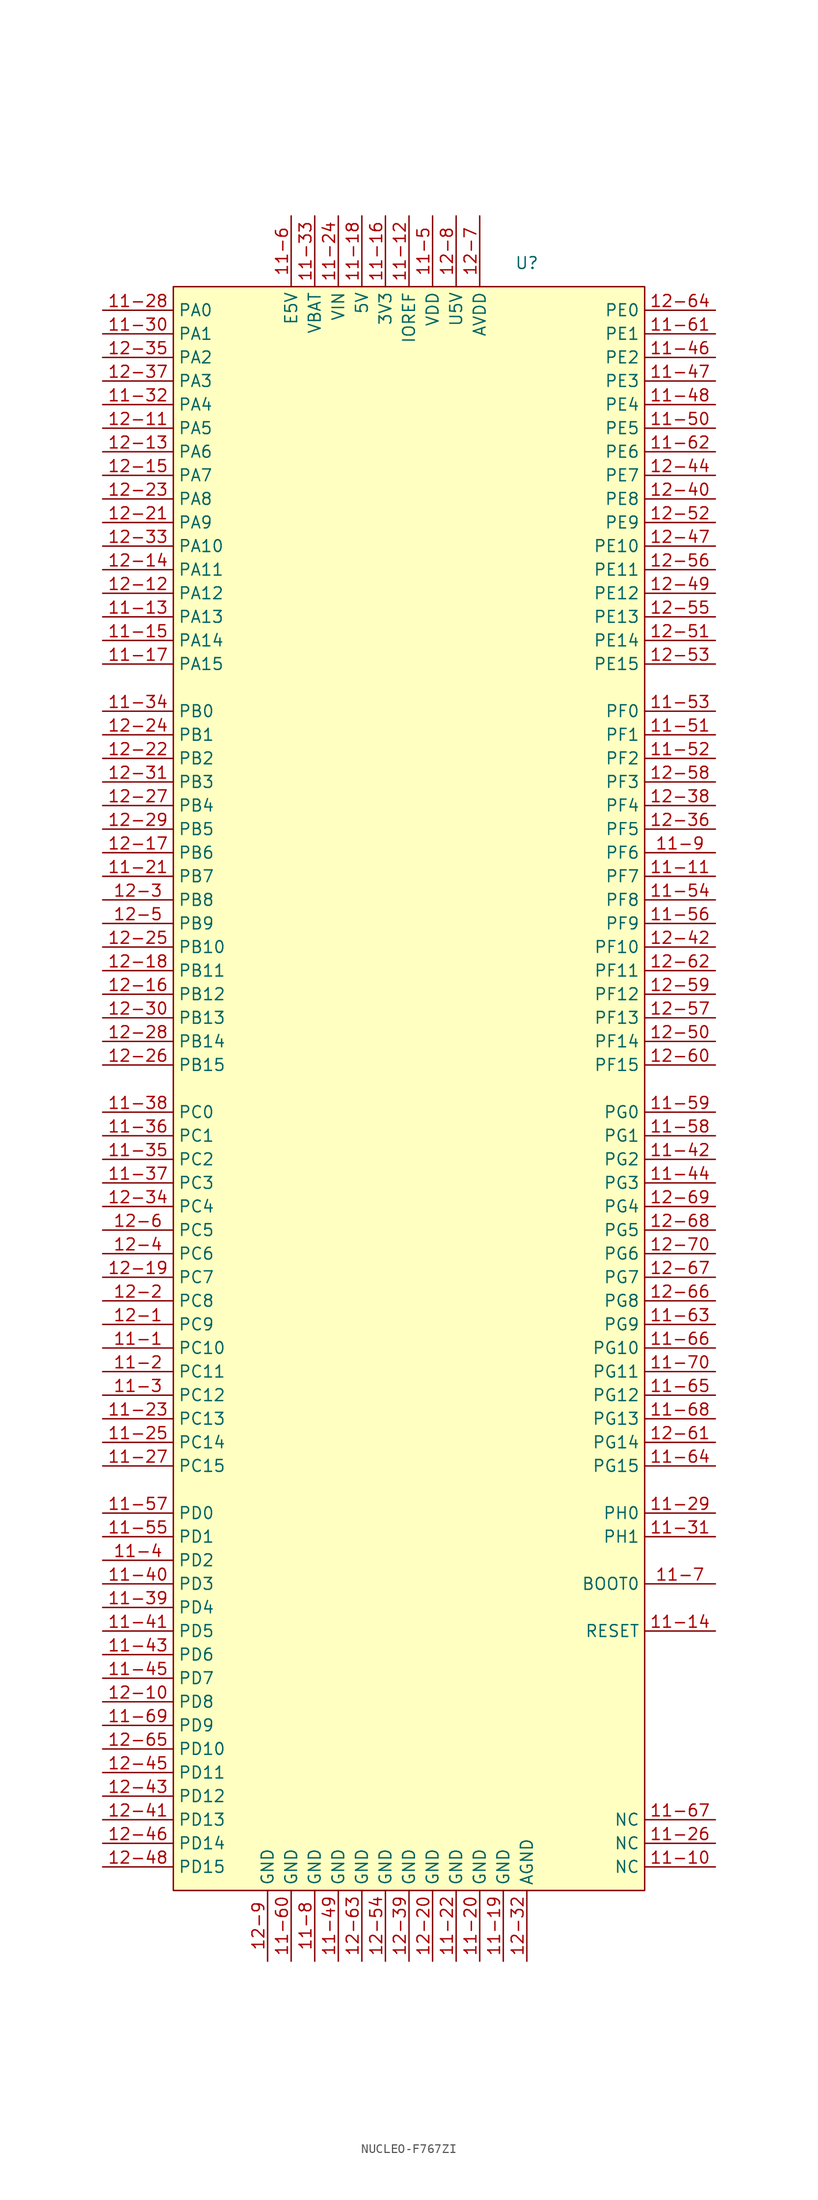
<source format=kicad_sym>
(kicad_symbol_lib
  (version 20241209)
  (generator "kicad_symbol_editor")
  (generator_version "9.0")
  (symbol "NUCLEO-F767ZI"
    (property "Reference" "U"
      (at 38.1 175.26 0)
      (effects (font (size 1.27 1.27))))
    (property "Value" ""
      (at 0 0 0)
      (effects (font (size 1.27 1.27))))
    (symbol "NUCLEO-F767ZI_1_1"
      (rectangle (start 0 172.72) (end 50.8 0) (stroke (width 0) (type solid)) (fill (type background)))
      (pin passive line (at -7.62 170.18 0) (length 7.62) (name "PA0" (effects (font (size 1.27 1.27)))) (number "11-28" (effects (font (size 1.27 1.27)))))
      (pin passive line (at -7.62 167.64 0) (length 7.62) (name "PA1" (effects (font (size 1.27 1.27)))) (number "11-30" (effects (font (size 1.27 1.27)))))
      (pin passive line (at -7.62 165.1 0) (length 7.62) (name "PA2" (effects (font (size 1.27 1.27)))) (number "12-35" (effects (font (size 1.27 1.27)))))
      (pin passive line (at -7.62 162.56 0) (length 7.62) (name "PA3" (effects (font (size 1.27 1.27)))) (number "12-37" (effects (font (size 1.27 1.27)))))
      (pin passive line (at -7.62 160.02 0) (length 7.62) (name "PA4" (effects (font (size 1.27 1.27)))) (number "11-32" (effects (font (size 1.27 1.27)))))
      (pin passive line (at -7.62 157.48 0) (length 7.62) (name "PA5" (effects (font (size 1.27 1.27)))) (number "12-11" (effects (font (size 1.27 1.27)))))
      (pin passive line (at -7.62 154.94 0) (length 7.62) (name "PA6" (effects (font (size 1.27 1.27)))) (number "12-13" (effects (font (size 1.27 1.27)))))
      (pin passive line (at -7.62 152.4 0) (length 7.62) (name "PA7" (effects (font (size 1.27 1.27)))) (number "12-15" (effects (font (size 1.27 1.27)))))
      (pin passive line (at -7.62 149.86 0) (length 7.62) (name "PA8" (effects (font (size 1.27 1.27)))) (number "12-23" (effects (font (size 1.27 1.27)))))
      (pin passive line (at -7.62 147.32 0) (length 7.62) (name "PA9" (effects (font (size 1.27 1.27)))) (number "12-21" (effects (font (size 1.27 1.27)))))
      (pin passive line (at -7.62 144.78 0) (length 7.62) (name "PA10" (effects (font (size 1.27 1.27)))) (number "12-33" (effects (font (size 1.27 1.27)))))
      (pin passive line (at -7.62 142.24 0) (length 7.62) (name "PA11" (effects (font (size 1.27 1.27)))) (number "12-14" (effects (font (size 1.27 1.27)))))
      (pin passive line (at -7.62 139.7 0) (length 7.62) (name "PA12" (effects (font (size 1.27 1.27)))) (number "12-12" (effects (font (size 1.27 1.27)))))
      (pin passive line (at -7.62 137.16 0) (length 7.62) (name "PA13" (effects (font (size 1.27 1.27)))) (number "11-13" (effects (font (size 1.27 1.27)))))
      (pin passive line (at -7.62 134.62 0) (length 7.62) (name "PA14" (effects (font (size 1.27 1.27)))) (number "11-15" (effects (font (size 1.27 1.27)))))
      (pin passive line (at -7.62 132.08 0) (length 7.62) (name "PA15" (effects (font (size 1.27 1.27)))) (number "11-17" (effects (font (size 1.27 1.27)))))
      (pin passive line (at -7.62 127 0) (length 7.62) (name "PB0" (effects (font (size 1.27 1.27)))) (number "11-34" (effects (font (size 1.27 1.27)))))
      (pin passive line (at -7.62 124.46 0) (length 7.62) (name "PB1" (effects (font (size 1.27 1.27)))) (number "12-24" (effects (font (size 1.27 1.27)))))
      (pin passive line (at -7.62 121.92 0) (length 7.62) (name "PB2" (effects (font (size 1.27 1.27)))) (number "12-22" (effects (font (size 1.27 1.27)))))
      (pin passive line (at -7.62 119.38 0) (length 7.62) (name "PB3" (effects (font (size 1.27 1.27)))) (number "12-31" (effects (font (size 1.27 1.27)))))
      (pin passive line (at -7.62 116.84 0) (length 7.62) (name "PB4" (effects (font (size 1.27 1.27)))) (number "12-27" (effects (font (size 1.27 1.27)))))
      (pin passive line (at -7.62 114.3 0) (length 7.62) (name "PB5" (effects (font (size 1.27 1.27)))) (number "12-29" (effects (font (size 1.27 1.27)))))
      (pin passive line (at -7.62 111.76 0) (length 7.62) (name "PB6" (effects (font (size 1.27 1.27)))) (number "12-17" (effects (font (size 1.27 1.27)))))
      (pin passive line (at -7.62 109.22 0) (length 7.62) (name "PB7" (effects (font (size 1.27 1.27)))) (number "11-21" (effects (font (size 1.27 1.27)))))
      (pin passive line (at -7.62 106.68 0) (length 7.62) (name "PB8" (effects (font (size 1.27 1.27)))) (number "12-3" (effects (font (size 1.27 1.27)))))
      (pin passive line (at -7.62 104.14 0) (length 7.62) (name "PB9" (effects (font (size 1.27 1.27)))) (number "12-5" (effects (font (size 1.27 1.27)))))
      (pin passive line (at -7.62 101.6 0) (length 7.62) (name "PB10" (effects (font (size 1.27 1.27)))) (number "12-25" (effects (font (size 1.27 1.27)))))
      (pin passive line (at -7.62 99.06 0) (length 7.62) (name "PB11" (effects (font (size 1.27 1.27)))) (number "12-18" (effects (font (size 1.27 1.27)))))
      (pin passive line (at -7.62 96.52 0) (length 7.62) (name "PB12" (effects (font (size 1.27 1.27)))) (number "12-16" (effects (font (size 1.27 1.27)))))
      (pin passive line (at -7.62 93.98 0) (length 7.62) (name "PB13" (effects (font (size 1.27 1.27)))) (number "12-30" (effects (font (size 1.27 1.27)))))
      (pin passive line (at -7.62 91.44 0) (length 7.62) (name "PB14" (effects (font (size 1.27 1.27)))) (number "12-28" (effects (font (size 1.27 1.27)))))
      (pin passive line (at -7.62 88.9 0) (length 7.62) (name "PB15" (effects (font (size 1.27 1.27)))) (number "12-26" (effects (font (size 1.27 1.27)))))
      (pin passive line (at -7.62 83.82 0) (length 7.62) (name "PC0" (effects (font (size 1.27 1.27)))) (number "11-38" (effects (font (size 1.27 1.27)))))
      (pin passive line (at -7.62 81.28 0) (length 7.62) (name "PC1" (effects (font (size 1.27 1.27)))) (number "11-36" (effects (font (size 1.27 1.27)))))
      (pin passive line (at -7.62 78.74 0) (length 7.62) (name "PC2" (effects (font (size 1.27 1.27)))) (number "11-35" (effects (font (size 1.27 1.27)))))
      (pin passive line (at -7.62 76.2 0) (length 7.62) (name "PC3" (effects (font (size 1.27 1.27)))) (number "11-37" (effects (font (size 1.27 1.27)))))
      (pin passive line (at -7.62 73.66 0) (length 7.62) (name "PC4" (effects (font (size 1.27 1.27)))) (number "12-34" (effects (font (size 1.27 1.27)))))
      (pin passive line (at -7.62 71.12 0) (length 7.62) (name "PC5" (effects (font (size 1.27 1.27)))) (number "12-6" (effects (font (size 1.27 1.27)))))
      (pin passive line (at -7.62 68.58 0) (length 7.62) (name "PC6" (effects (font (size 1.27 1.27)))) (number "12-4" (effects (font (size 1.27 1.27)))))
      (pin passive line (at -7.62 66.04 0) (length 7.62) (name "PC7" (effects (font (size 1.27 1.27)))) (number "12-19" (effects (font (size 1.27 1.27)))))
      (pin passive line (at -7.62 63.5 0) (length 7.62) (name "PC8" (effects (font (size 1.27 1.27)))) (number "12-2" (effects (font (size 1.27 1.27)))))
      (pin passive line (at -7.62 60.96 0) (length 7.62) (name "PC9" (effects (font (size 1.27 1.27)))) (number "12-1" (effects (font (size 1.27 1.27)))))
      (pin passive line (at -7.62 58.42 0) (length 7.62) (name "PC10" (effects (font (size 1.27 1.27)))) (number "11-1" (effects (font (size 1.27 1.27)))))
      (pin passive line (at -7.62 55.88 0) (length 7.62) (name "PC11" (effects (font (size 1.27 1.27)))) (number "11-2" (effects (font (size 1.27 1.27)))))
      (pin passive line (at -7.62 53.34 0) (length 7.62) (name "PC12" (effects (font (size 1.27 1.27)))) (number "11-3" (effects (font (size 1.27 1.27)))))
      (pin passive line (at -7.62 50.8 0) (length 7.62) (name "PC13" (effects (font (size 1.27 1.27)))) (number "11-23" (effects (font (size 1.27 1.27)))))
      (pin passive line (at -7.62 48.26 0) (length 7.62) (name "PC14" (effects (font (size 1.27 1.27)))) (number "11-25" (effects (font (size 1.27 1.27)))))
      (pin passive line (at -7.62 45.72 0) (length 7.62) (name "PC15" (effects (font (size 1.27 1.27)))) (number "11-27" (effects (font (size 1.27 1.27)))))
      (pin passive line (at -7.62 40.64 0) (length 7.62) (name "PD0" (effects (font (size 1.27 1.27)))) (number "11-57" (effects (font (size 1.27 1.27)))))
      (pin passive line (at -7.62 38.1 0) (length 7.62) (name "PD1" (effects (font (size 1.27 1.27)))) (number "11-55" (effects (font (size 1.27 1.27)))))
      (pin passive line (at -7.62 35.56 0) (length 7.62) (name "PD2" (effects (font (size 1.27 1.27)))) (number "11-4" (effects (font (size 1.27 1.27)))))
      (pin passive line (at -7.62 33.02 0) (length 7.62) (name "PD3" (effects (font (size 1.27 1.27)))) (number "11-40" (effects (font (size 1.27 1.27)))))
      (pin passive line (at -7.62 30.48 0) (length 7.62) (name "PD4" (effects (font (size 1.27 1.27)))) (number "11-39" (effects (font (size 1.27 1.27)))))
      (pin passive line (at -7.62 27.94 0) (length 7.62) (name "PD5" (effects (font (size 1.27 1.27)))) (number "11-41" (effects (font (size 1.27 1.27)))))
      (pin passive line (at -7.62 25.4 0) (length 7.62) (name "PD6" (effects (font (size 1.27 1.27)))) (number "11-43" (effects (font (size 1.27 1.27)))))
      (pin passive line (at -7.62 22.86 0) (length 7.62) (name "PD7" (effects (font (size 1.27 1.27)))) (number "11-45" (effects (font (size 1.27 1.27)))))
      (pin passive line (at -7.62 20.32 0) (length 7.62) (name "PD8" (effects (font (size 1.27 1.27)))) (number "12-10" (effects (font (size 1.27 1.27)))))
      (pin passive line (at -7.62 17.78 0) (length 7.62) (name "PD9" (effects (font (size 1.27 1.27)))) (number "11-69" (effects (font (size 1.27 1.27)))))
      (pin passive line (at -7.62 15.24 0) (length 7.62) (name "PD10" (effects (font (size 1.27 1.27)))) (number "12-65" (effects (font (size 1.27 1.27)))))
      (pin passive line (at -7.62 12.7 0) (length 7.62) (name "PD11" (effects (font (size 1.27 1.27)))) (number "12-45" (effects (font (size 1.27 1.27)))))
      (pin passive line (at -7.62 10.16 0) (length 7.62) (name "PD12" (effects (font (size 1.27 1.27)))) (number "12-43" (effects (font (size 1.27 1.27)))))
      (pin passive line (at -7.62 7.62 0) (length 7.62) (name "PD13" (effects (font (size 1.27 1.27)))) (number "12-41" (effects (font (size 1.27 1.27)))))
      (pin passive line (at -7.62 5.08 0) (length 7.62) (name "PD14" (effects (font (size 1.27 1.27)))) (number "12-46" (effects (font (size 1.27 1.27)))))
      (pin passive line (at -7.62 2.54 0) (length 7.62) (name "PD15" (effects (font (size 1.27 1.27)))) (number "12-48" (effects (font (size 1.27 1.27)))))
      (pin passive line (at 10.16 -7.62 90) (length 7.62) (name "GND" (effects (font (size 1.27 1.27)))) (number "12-9" (effects (font (size 1.27 1.27)))))
      (pin passive line (at 12.7 180.34 270) (length 7.62) (name "E5V" (effects (font (size 1.27 1.27)))) (number "11-6" (effects (font (size 1.27 1.27)))))
      (pin passive line (at 12.7 -7.62 90) (length 7.62) (name "GND" (effects (font (size 1.27 1.27)))) (number "11-60" (effects (font (size 1.27 1.27)))))
      (pin passive line (at 15.24 180.34 270) (length 7.62) (name "VBAT" (effects (font (size 1.27 1.27)))) (number "11-33" (effects (font (size 1.27 1.27)))))
      (pin passive line (at 15.24 -7.62 90) (length 7.62) (name "GND" (effects (font (size 1.27 1.27)))) (number "11-8" (effects (font (size 1.27 1.27)))))
      (pin passive line (at 17.78 180.34 270) (length 7.62) (name "VIN" (effects (font (size 1.27 1.27)))) (number "11-24" (effects (font (size 1.27 1.27)))))
      (pin passive line (at 17.78 -7.62 90) (length 7.62) (name "GND" (effects (font (size 1.27 1.27)))) (number "11-49" (effects (font (size 1.27 1.27)))))
      (pin passive line (at 20.32 180.34 270) (length 7.62) (name "5V" (effects (font (size 1.27 1.27)))) (number "11-18" (effects (font (size 1.27 1.27)))))
      (pin passive line (at 20.32 -7.62 90) (length 7.62) (name "GND" (effects (font (size 1.27 1.27)))) (number "12-63" (effects (font (size 1.27 1.27)))))
      (pin passive line (at 22.86 180.34 270) (length 7.62) (name "3V3" (effects (font (size 1.27 1.27)))) (number "11-16" (effects (font (size 1.27 1.27)))))
      (pin passive line (at 22.86 -7.62 90) (length 7.62) (name "GND" (effects (font (size 1.27 1.27)))) (number "12-54" (effects (font (size 1.27 1.27)))))
      (pin passive line (at 25.4 180.34 270) (length 7.62) (name "IOREF" (effects (font (size 1.27 1.27)))) (number "11-12" (effects (font (size 1.27 1.27)))))
      (pin passive line (at 25.4 -7.62 90) (length 7.62) (name "GND" (effects (font (size 1.27 1.27)))) (number "12-39" (effects (font (size 1.27 1.27)))))
      (pin passive line (at 27.94 180.34 270) (length 7.62) (name "VDD" (effects (font (size 1.27 1.27)))) (number "11-5" (effects (font (size 1.27 1.27)))))
      (pin passive line (at 27.94 -7.62 90) (length 7.62) (name "GND" (effects (font (size 1.27 1.27)))) (number "12-20" (effects (font (size 1.27 1.27)))))
      (pin passive line (at 30.48 180.34 270) (length 7.62) (name "U5V" (effects (font (size 1.27 1.27)))) (number "12-8" (effects (font (size 1.27 1.27)))))
      (pin passive line (at 30.48 -7.62 90) (length 7.62) (name "GND" (effects (font (size 1.27 1.27)))) (number "11-22" (effects (font (size 1.27 1.27)))))
      (pin passive line (at 33.02 180.34 270) (length 7.62) (name "AVDD" (effects (font (size 1.27 1.27)))) (number "12-7" (effects (font (size 1.27 1.27)))))
      (pin passive line (at 33.02 -7.62 90) (length 7.62) (name "GND" (effects (font (size 1.27 1.27)))) (number "11-20" (effects (font (size 1.27 1.27)))))
      (pin passive line (at 35.56 -7.62 90) (length 7.62) (name "GND" (effects (font (size 1.27 1.27)))) (number "11-19" (effects (font (size 1.27 1.27)))))
      (pin passive line (at 38.1 -7.62 90) (length 7.62) (name "AGND" (effects (font (size 1.27 1.27)))) (number "12-32" (effects (font (size 1.27 1.27)))))
      (pin passive line (at 58.42 170.18 180) (length 7.62) (name "PE0" (effects (font (size 1.27 1.27)))) (number "12-64" (effects (font (size 1.27 1.27)))))
      (pin passive line (at 58.42 167.64 180) (length 7.62) (name "PE1" (effects (font (size 1.27 1.27)))) (number "11-61" (effects (font (size 1.27 1.27)))))
      (pin passive line (at 58.42 165.1 180) (length 7.62) (name "PE2" (effects (font (size 1.27 1.27)))) (number "11-46" (effects (font (size 1.27 1.27)))))
      (pin passive line (at 58.42 162.56 180) (length 7.62) (name "PE3" (effects (font (size 1.27 1.27)))) (number "11-47" (effects (font (size 1.27 1.27)))))
      (pin passive line (at 58.42 160.02 180) (length 7.62) (name "PE4" (effects (font (size 1.27 1.27)))) (number "11-48" (effects (font (size 1.27 1.27)))))
      (pin passive line (at 58.42 157.48 180) (length 7.62) (name "PE5" (effects (font (size 1.27 1.27)))) (number "11-50" (effects (font (size 1.27 1.27)))))
      (pin passive line (at 58.42 154.94 180) (length 7.62) (name "PE6" (effects (font (size 1.27 1.27)))) (number "11-62" (effects (font (size 1.27 1.27)))))
      (pin passive line (at 58.42 152.4 180) (length 7.62) (name "PE7" (effects (font (size 1.27 1.27)))) (number "12-44" (effects (font (size 1.27 1.27)))))
      (pin passive line (at 58.42 149.86 180) (length 7.62) (name "PE8" (effects (font (size 1.27 1.27)))) (number "12-40" (effects (font (size 1.27 1.27)))))
      (pin passive line (at 58.42 147.32 180) (length 7.62) (name "PE9" (effects (font (size 1.27 1.27)))) (number "12-52" (effects (font (size 1.27 1.27)))))
      (pin passive line (at 58.42 144.78 180) (length 7.62) (name "PE10" (effects (font (size 1.27 1.27)))) (number "12-47" (effects (font (size 1.27 1.27)))))
      (pin passive line (at 58.42 142.24 180) (length 7.62) (name "PE11" (effects (font (size 1.27 1.27)))) (number "12-56" (effects (font (size 1.27 1.27)))))
      (pin passive line (at 58.42 139.7 180) (length 7.62) (name "PE12" (effects (font (size 1.27 1.27)))) (number "12-49" (effects (font (size 1.27 1.27)))))
      (pin passive line (at 58.42 137.16 180) (length 7.62) (name "PE13" (effects (font (size 1.27 1.27)))) (number "12-55" (effects (font (size 1.27 1.27)))))
      (pin passive line (at 58.42 134.62 180) (length 7.62) (name "PE14" (effects (font (size 1.27 1.27)))) (number "12-51" (effects (font (size 1.27 1.27)))))
      (pin passive line (at 58.42 132.08 180) (length 7.62) (name "PE15" (effects (font (size 1.27 1.27)))) (number "12-53" (effects (font (size 1.27 1.27)))))
      (pin passive line (at 58.42 127 180) (length 7.62) (name "PF0" (effects (font (size 1.27 1.27)))) (number "11-53" (effects (font (size 1.27 1.27)))))
      (pin passive line (at 58.42 124.46 180) (length 7.62) (name "PF1" (effects (font (size 1.27 1.27)))) (number "11-51" (effects (font (size 1.27 1.27)))))
      (pin passive line (at 58.42 121.92 180) (length 7.62) (name "PF2" (effects (font (size 1.27 1.27)))) (number "11-52" (effects (font (size 1.27 1.27)))))
      (pin passive line (at 58.42 119.38 180) (length 7.62) (name "PF3" (effects (font (size 1.27 1.27)))) (number "12-58" (effects (font (size 1.27 1.27)))))
      (pin passive line (at 58.42 116.84 180) (length 7.62) (name "PF4" (effects (font (size 1.27 1.27)))) (number "12-38" (effects (font (size 1.27 1.27)))))
      (pin passive line (at 58.42 114.3 180) (length 7.62) (name "PF5" (effects (font (size 1.27 1.27)))) (number "12-36" (effects (font (size 1.27 1.27)))))
      (pin passive line (at 58.42 111.76 180) (length 7.62) (name "PF6" (effects (font (size 1.27 1.27)))) (number "11-9" (effects (font (size 1.27 1.27)))))
      (pin passive line (at 58.42 109.22 180) (length 7.62) (name "PF7" (effects (font (size 1.27 1.27)))) (number "11-11" (effects (font (size 1.27 1.27)))))
      (pin passive line (at 58.42 106.68 180) (length 7.62) (name "PF8" (effects (font (size 1.27 1.27)))) (number "11-54" (effects (font (size 1.27 1.27)))))
      (pin passive line (at 58.42 104.14 180) (length 7.62) (name "PF9" (effects (font (size 1.27 1.27)))) (number "11-56" (effects (font (size 1.27 1.27)))))
      (pin passive line (at 58.42 101.6 180) (length 7.62) (name "PF10" (effects (font (size 1.27 1.27)))) (number "12-42" (effects (font (size 1.27 1.27)))))
      (pin passive line (at 58.42 99.06 180) (length 7.62) (name "PF11" (effects (font (size 1.27 1.27)))) (number "12-62" (effects (font (size 1.27 1.27)))))
      (pin passive line (at 58.42 96.52 180) (length 7.62) (name "PF12" (effects (font (size 1.27 1.27)))) (number "12-59" (effects (font (size 1.27 1.27)))))
      (pin passive line (at 58.42 93.98 180) (length 7.62) (name "PF13" (effects (font (size 1.27 1.27)))) (number "12-57" (effects (font (size 1.27 1.27)))))
      (pin passive line (at 58.42 91.44 180) (length 7.62) (name "PF14" (effects (font (size 1.27 1.27)))) (number "12-50" (effects (font (size 1.27 1.27)))))
      (pin passive line (at 58.42 88.9 180) (length 7.62) (name "PF15" (effects (font (size 1.27 1.27)))) (number "12-60" (effects (font (size 1.27 1.27)))))
      (pin passive line (at 58.42 83.82 180) (length 7.62) (name "PG0" (effects (font (size 1.27 1.27)))) (number "11-59" (effects (font (size 1.27 1.27)))))
      (pin passive line (at 58.42 81.28 180) (length 7.62) (name "PG1" (effects (font (size 1.27 1.27)))) (number "11-58" (effects (font (size 1.27 1.27)))))
      (pin passive line (at 58.42 78.74 180) (length 7.62) (name "PG2" (effects (font (size 1.27 1.27)))) (number "11-42" (effects (font (size 1.27 1.27)))))
      (pin passive line (at 58.42 76.2 180) (length 7.62) (name "PG3" (effects (font (size 1.27 1.27)))) (number "11-44" (effects (font (size 1.27 1.27)))))
      (pin passive line (at 58.42 73.66 180) (length 7.62) (name "PG4" (effects (font (size 1.27 1.27)))) (number "12-69" (effects (font (size 1.27 1.27)))))
      (pin passive line (at 58.42 71.12 180) (length 7.62) (name "PG5" (effects (font (size 1.27 1.27)))) (number "12-68" (effects (font (size 1.27 1.27)))))
      (pin passive line (at 58.42 68.58 180) (length 7.62) (name "PG6" (effects (font (size 1.27 1.27)))) (number "12-70" (effects (font (size 1.27 1.27)))))
      (pin passive line (at 58.42 66.04 180) (length 7.62) (name "PG7" (effects (font (size 1.27 1.27)))) (number "12-67" (effects (font (size 1.27 1.27)))))
      (pin passive line (at 58.42 63.5 180) (length 7.62) (name "PG8" (effects (font (size 1.27 1.27)))) (number "12-66" (effects (font (size 1.27 1.27)))))
      (pin passive line (at 58.42 60.96 180) (length 7.62) (name "PG9" (effects (font (size 1.27 1.27)))) (number "11-63" (effects (font (size 1.27 1.27)))))
      (pin passive line (at 58.42 58.42 180) (length 7.62) (name "PG10" (effects (font (size 1.27 1.27)))) (number "11-66" (effects (font (size 1.27 1.27)))))
      (pin passive line (at 58.42 55.88 180) (length 7.62) (name "PG11" (effects (font (size 1.27 1.27)))) (number "11-70" (effects (font (size 1.27 1.27)))))
      (pin passive line (at 58.42 53.34 180) (length 7.62) (name "PG12" (effects (font (size 1.27 1.27)))) (number "11-65" (effects (font (size 1.27 1.27)))))
      (pin passive line (at 58.42 50.8 180) (length 7.62) (name "PG13" (effects (font (size 1.27 1.27)))) (number "11-68" (effects (font (size 1.27 1.27)))))
      (pin passive line (at 58.42 48.26 180) (length 7.62) (name "PG14" (effects (font (size 1.27 1.27)))) (number "12-61" (effects (font (size 1.27 1.27)))))
      (pin passive line (at 58.42 45.72 180) (length 7.62) (name "PG15" (effects (font (size 1.27 1.27)))) (number "11-64" (effects (font (size 1.27 1.27)))))
      (pin passive line (at 58.42 40.64 180) (length 7.62) (name "PH0" (effects (font (size 1.27 1.27)))) (number "11-29" (effects (font (size 1.27 1.27)))))
      (pin passive line (at 58.42 38.1 180) (length 7.62) (name "PH1" (effects (font (size 1.27 1.27)))) (number "11-31" (effects (font (size 1.27 1.27)))))
      (pin passive line (at 58.42 33.02 180) (length 7.62) (name "BOOT0" (effects (font (size 1.27 1.27)))) (number "11-7" (effects (font (size 1.27 1.27)))))
      (pin passive line (at 58.42 27.94 180) (length 7.62) (name "RESET" (effects (font (size 1.27 1.27)))) (number "11-14" (effects (font (size 1.27 1.27)))))
      (pin passive line (at 58.42 7.62 180) (length 7.62) (name "NC" (effects (font (size 1.27 1.27)))) (number "11-67" (effects (font (size 1.27 1.27)))))
      (pin passive line (at 58.42 5.08 180) (length 7.62) (name "NC" (effects (font (size 1.27 1.27)))) (number "11-26" (effects (font (size 1.27 1.27)))))
      (pin passive line (at 58.42 2.54 180) (length 7.62) (name "NC" (effects (font (size 1.27 1.27)))) (number "11-10" (effects (font (size 1.27 1.27))))))))
</source>
